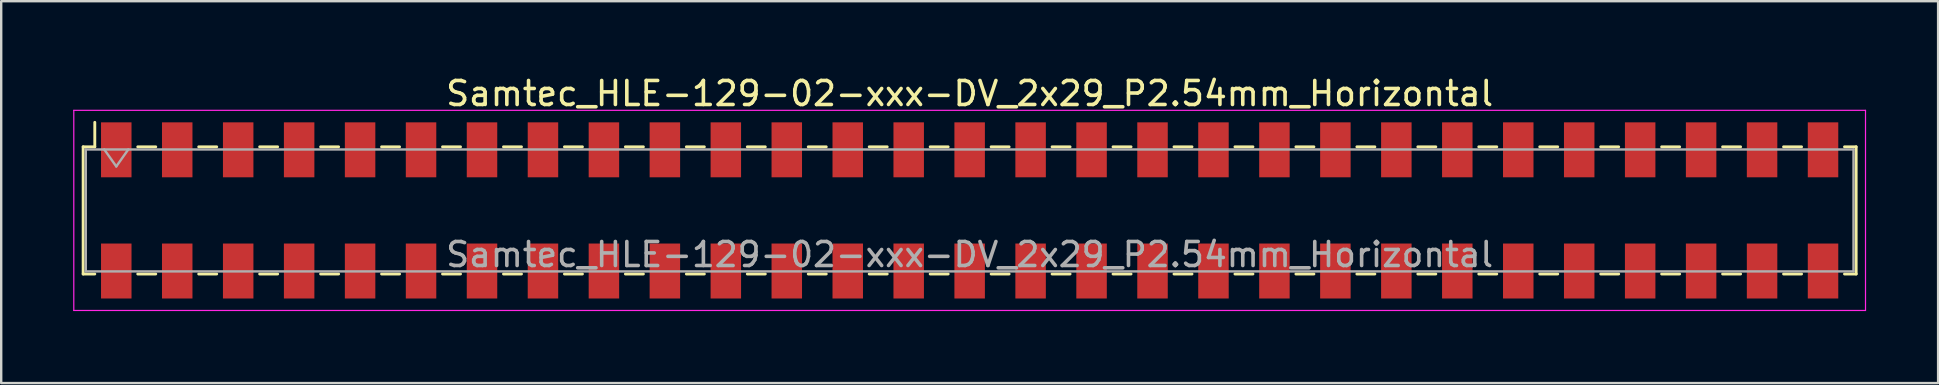
<source format=kicad_pcb>
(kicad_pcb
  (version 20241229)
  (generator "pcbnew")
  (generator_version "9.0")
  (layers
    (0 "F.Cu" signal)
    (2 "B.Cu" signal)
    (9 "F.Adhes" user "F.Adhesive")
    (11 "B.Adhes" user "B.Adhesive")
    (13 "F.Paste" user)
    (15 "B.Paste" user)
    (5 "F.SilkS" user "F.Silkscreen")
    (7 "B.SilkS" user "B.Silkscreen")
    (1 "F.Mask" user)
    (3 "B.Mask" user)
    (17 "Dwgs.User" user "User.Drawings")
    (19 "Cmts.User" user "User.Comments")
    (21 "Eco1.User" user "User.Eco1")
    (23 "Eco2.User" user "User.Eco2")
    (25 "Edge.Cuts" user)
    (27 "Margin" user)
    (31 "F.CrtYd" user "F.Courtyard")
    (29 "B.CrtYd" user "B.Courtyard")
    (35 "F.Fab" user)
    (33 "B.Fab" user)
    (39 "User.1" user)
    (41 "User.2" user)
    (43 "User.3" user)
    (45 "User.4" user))
  (footprint "Samtec_HLE-129-02-xxx-DV_2x29_P2.54mm_Horizontal"
    (layer "F.Cu")
    (at 37.355 5.718)
    (property "Reference" "Samtec_HLE-129-02-xxx-DV_2x29_P2.54mm_Horizontal" (at 0 -4.87 0) (layer "F.SilkS") (effects (font (size 1 1) (thickness 0.15))))
    (attr smd)
    (fp_line (start -36.94 -2.65) (end -36.94 2.65) (stroke (width 0.12) (type solid)) (layer "F.SilkS"))
    (fp_line (start -36.94 2.65) (end -36.455 2.65) (stroke (width 0.12) (type solid)) (layer "F.SilkS"))
    (fp_line (start -36.455 -3.67) (end -36.455 -2.65) (stroke (width 0.12) (type solid)) (layer "F.SilkS"))
    (fp_line (start -36.455 -2.65) (end -36.94 -2.65) (stroke (width 0.12) (type solid)) (layer "F.SilkS"))
    (fp_line (start -34.665 -2.65) (end -33.915 -2.65) (stroke (width 0.12) (type solid)) (layer "F.SilkS"))
    (fp_line (start -34.665 2.65) (end -33.915 2.65) (stroke (width 0.12) (type solid)) (layer "F.SilkS"))
    (fp_line (start -32.125 -2.65) (end -31.375 -2.65) (stroke (width 0.12) (type solid)) (layer "F.SilkS"))
    (fp_line (start -32.125 2.65) (end -31.375 2.65) (stroke (width 0.12) (type solid)) (layer "F.SilkS"))
    (fp_line (start -29.585 -2.65) (end -28.835 -2.65) (stroke (width 0.12) (type solid)) (layer "F.SilkS"))
    (fp_line (start -29.585 2.65) (end -28.835 2.65) (stroke (width 0.12) (type solid)) (layer "F.SilkS"))
    (fp_line (start -27.045 -2.65) (end -26.295 -2.65) (stroke (width 0.12) (type solid)) (layer "F.SilkS"))
    (fp_line (start -27.045 2.65) (end -26.295 2.65) (stroke (width 0.12) (type solid)) (layer "F.SilkS"))
    (fp_line (start -24.505 -2.65) (end -23.755 -2.65) (stroke (width 0.12) (type solid)) (layer "F.SilkS"))
    (fp_line (start -24.505 2.65) (end -23.755 2.65) (stroke (width 0.12) (type solid)) (layer "F.SilkS"))
    (fp_line (start -21.965 -2.65) (end -21.215 -2.65) (stroke (width 0.12) (type solid)) (layer "F.SilkS"))
    (fp_line (start -21.965 2.65) (end -21.215 2.65) (stroke (width 0.12) (type solid)) (layer "F.SilkS"))
    (fp_line (start -19.425 -2.65) (end -18.675 -2.65) (stroke (width 0.12) (type solid)) (layer "F.SilkS"))
    (fp_line (start -19.425 2.65) (end -18.675 2.65) (stroke (width 0.12) (type solid)) (layer "F.SilkS"))
    (fp_line (start -16.885 -2.65) (end -16.135 -2.65) (stroke (width 0.12) (type solid)) (layer "F.SilkS"))
    (fp_line (start -16.885 2.65) (end -16.135 2.65) (stroke (width 0.12) (type solid)) (layer "F.SilkS"))
    (fp_line (start -14.345 -2.65) (end -13.595 -2.65) (stroke (width 0.12) (type solid)) (layer "F.SilkS"))
    (fp_line (start -14.345 2.65) (end -13.595 2.65) (stroke (width 0.12) (type solid)) (layer "F.SilkS"))
    (fp_line (start -11.805 -2.65) (end -11.055 -2.65) (stroke (width 0.12) (type solid)) (layer "F.SilkS"))
    (fp_line (start -11.805 2.65) (end -11.055 2.65) (stroke (width 0.12) (type solid)) (layer "F.SilkS"))
    (fp_line (start -9.265 -2.65) (end -8.515 -2.65) (stroke (width 0.12) (type solid)) (layer "F.SilkS"))
    (fp_line (start -9.265 2.65) (end -8.515 2.65) (stroke (width 0.12) (type solid)) (layer "F.SilkS"))
    (fp_line (start -6.725 -2.65) (end -5.975 -2.65) (stroke (width 0.12) (type solid)) (layer "F.SilkS"))
    (fp_line (start -6.725 2.65) (end -5.975 2.65) (stroke (width 0.12) (type solid)) (layer "F.SilkS"))
    (fp_line (start -4.185 -2.65) (end -3.435 -2.65) (stroke (width 0.12) (type solid)) (layer "F.SilkS"))
    (fp_line (start -4.185 2.65) (end -3.435 2.65) (stroke (width 0.12) (type solid)) (layer "F.SilkS"))
    (fp_line (start -1.645 -2.65) (end -0.895 -2.65) (stroke (width 0.12) (type solid)) (layer "F.SilkS"))
    (fp_line (start -1.645 2.65) (end -0.895 2.65) (stroke (width 0.12) (type solid)) (layer "F.SilkS"))
    (fp_line (start 0.895 -2.65) (end 1.645 -2.65) (stroke (width 0.12) (type solid)) (layer "F.SilkS"))
    (fp_line (start 0.895 2.65) (end 1.645 2.65) (stroke (width 0.12) (type solid)) (layer "F.SilkS"))
    (fp_line (start 3.435 -2.65) (end 4.185 -2.65) (stroke (width 0.12) (type solid)) (layer "F.SilkS"))
    (fp_line (start 3.435 2.65) (end 4.185 2.65) (stroke (width 0.12) (type solid)) (layer "F.SilkS"))
    (fp_line (start 5.975 -2.65) (end 6.725 -2.65) (stroke (width 0.12) (type solid)) (layer "F.SilkS"))
    (fp_line (start 5.975 2.65) (end 6.725 2.65) (stroke (width 0.12) (type solid)) (layer "F.SilkS"))
    (fp_line (start 8.515 -2.65) (end 9.265 -2.65) (stroke (width 0.12) (type solid)) (layer "F.SilkS"))
    (fp_line (start 8.515 2.65) (end 9.265 2.65) (stroke (width 0.12) (type solid)) (layer "F.SilkS"))
    (fp_line (start 11.055 -2.65) (end 11.805 -2.65) (stroke (width 0.12) (type solid)) (layer "F.SilkS"))
    (fp_line (start 11.055 2.65) (end 11.805 2.65) (stroke (width 0.12) (type solid)) (layer "F.SilkS"))
    (fp_line (start 13.595 -2.65) (end 14.345 -2.65) (stroke (width 0.12) (type solid)) (layer "F.SilkS"))
    (fp_line (start 13.595 2.65) (end 14.345 2.65) (stroke (width 0.12) (type solid)) (layer "F.SilkS"))
    (fp_line (start 16.135 -2.65) (end 16.885 -2.65) (stroke (width 0.12) (type solid)) (layer "F.SilkS"))
    (fp_line (start 16.135 2.65) (end 16.885 2.65) (stroke (width 0.12) (type solid)) (layer "F.SilkS"))
    (fp_line (start 18.675 -2.65) (end 19.425 -2.65) (stroke (width 0.12) (type solid)) (layer "F.SilkS"))
    (fp_line (start 18.675 2.65) (end 19.425 2.65) (stroke (width 0.12) (type solid)) (layer "F.SilkS"))
    (fp_line (start 21.215 -2.65) (end 21.965 -2.65) (stroke (width 0.12) (type solid)) (layer "F.SilkS"))
    (fp_line (start 21.215 2.65) (end 21.965 2.65) (stroke (width 0.12) (type solid)) (layer "F.SilkS"))
    (fp_line (start 23.755 -2.65) (end 24.505 -2.65) (stroke (width 0.12) (type solid)) (layer "F.SilkS"))
    (fp_line (start 23.755 2.65) (end 24.505 2.65) (stroke (width 0.12) (type solid)) (layer "F.SilkS"))
    (fp_line (start 26.295 -2.65) (end 27.045 -2.65) (stroke (width 0.12) (type solid)) (layer "F.SilkS"))
    (fp_line (start 26.295 2.65) (end 27.045 2.65) (stroke (width 0.12) (type solid)) (layer "F.SilkS"))
    (fp_line (start 28.835 -2.65) (end 29.585 -2.65) (stroke (width 0.12) (type solid)) (layer "F.SilkS"))
    (fp_line (start 28.835 2.65) (end 29.585 2.65) (stroke (width 0.12) (type solid)) (layer "F.SilkS"))
    (fp_line (start 31.375 -2.65) (end 32.125 -2.65) (stroke (width 0.12) (type solid)) (layer "F.SilkS"))
    (fp_line (start 31.375 2.65) (end 32.125 2.65) (stroke (width 0.12) (type solid)) (layer "F.SilkS"))
    (fp_line (start 33.915 -2.65) (end 34.665 -2.65) (stroke (width 0.12) (type solid)) (layer "F.SilkS"))
    (fp_line (start 33.915 2.65) (end 34.665 2.65) (stroke (width 0.12) (type solid)) (layer "F.SilkS"))
    (fp_line (start 36.455 -2.65) (end 36.94 -2.65) (stroke (width 0.12) (type solid)) (layer "F.SilkS"))
    (fp_line (start 36.94 -2.65) (end 36.94 2.65) (stroke (width 0.12) (type solid)) (layer "F.SilkS"))
    (fp_line (start 36.94 2.65) (end 36.455 2.65) (stroke (width 0.12) (type solid)) (layer "F.SilkS"))
    (fp_line (start -37.33 -4.17) (end 37.33 -4.17) (stroke (width 0.05) (type solid)) (layer "F.CrtYd"))
    (fp_line (start -37.33 4.17) (end -37.33 -4.17) (stroke (width 0.05) (type solid)) (layer "F.CrtYd"))
    (fp_line (start 37.33 -4.17) (end 37.33 4.17) (stroke (width 0.05) (type solid)) (layer "F.CrtYd"))
    (fp_line (start 37.33 4.17) (end -37.33 4.17) (stroke (width 0.05) (type solid)) (layer "F.CrtYd"))
    (fp_line (start -36.83 -2.54) (end 36.83 -2.54) (stroke (width 0.1) (type solid)) (layer "F.Fab"))
    (fp_line (start -36.83 2.54) (end -36.83 -2.54) (stroke (width 0.1) (type solid)) (layer "F.Fab"))
    (fp_line (start -36.06 -2.54) (end -35.56 -1.833) (stroke (width 0.1) (type solid)) (layer "F.Fab"))
    (fp_line (start -35.56 -1.833) (end -35.06 -2.54) (stroke (width 0.1) (type solid)) (layer "F.Fab"))
    (fp_line (start 36.83 -2.54) (end 36.83 2.54) (stroke (width 0.1) (type solid)) (layer "F.Fab"))
    (fp_line (start 36.83 2.54) (end -36.83 2.54) (stroke (width 0.1) (type solid)) (layer "F.Fab"))
    (fp_text user "${REFERENCE}" (at 0 1.84 0) (layer "F.Fab") (effects (font (size 1 1) (thickness 0.15))))
    (pad "1" smd rect (at -35.56 -2.525) (size 1.27 2.29) (layers "F.Cu" "F.Mask" "F.Paste"))
    (pad "2" smd rect (at -35.56 2.525) (size 1.27 2.29) (layers "F.Cu" "F.Mask" "F.Paste"))
    (pad "3" smd rect (at -33.02 -2.525) (size 1.27 2.29) (layers "F.Cu" "F.Mask" "F.Paste"))
    (pad "4" smd rect (at -33.02 2.525) (size 1.27 2.29) (layers "F.Cu" "F.Mask" "F.Paste"))
    (pad "5" smd rect (at -30.48 -2.525) (size 1.27 2.29) (layers "F.Cu" "F.Mask" "F.Paste"))
    (pad "6" smd rect (at -30.48 2.525) (size 1.27 2.29) (layers "F.Cu" "F.Mask" "F.Paste"))
    (pad "7" smd rect (at -27.94 -2.525) (size 1.27 2.29) (layers "F.Cu" "F.Mask" "F.Paste"))
    (pad "8" smd rect (at -27.94 2.525) (size 1.27 2.29) (layers "F.Cu" "F.Mask" "F.Paste"))
    (pad "9" smd rect (at -25.4 -2.525) (size 1.27 2.29) (layers "F.Cu" "F.Mask" "F.Paste"))
    (pad "10" smd rect (at -25.4 2.525) (size 1.27 2.29) (layers "F.Cu" "F.Mask" "F.Paste"))
    (pad "11" smd rect (at -22.86 -2.525) (size 1.27 2.29) (layers "F.Cu" "F.Mask" "F.Paste"))
    (pad "12" smd rect (at -22.86 2.525) (size 1.27 2.29) (layers "F.Cu" "F.Mask" "F.Paste"))
    (pad "13" smd rect (at -20.32 -2.525) (size 1.27 2.29) (layers "F.Cu" "F.Mask" "F.Paste"))
    (pad "14" smd rect (at -20.32 2.525) (size 1.27 2.29) (layers "F.Cu" "F.Mask" "F.Paste"))
    (pad "15" smd rect (at -17.78 -2.525) (size 1.27 2.29) (layers "F.Cu" "F.Mask" "F.Paste"))
    (pad "16" smd rect (at -17.78 2.525) (size 1.27 2.29) (layers "F.Cu" "F.Mask" "F.Paste"))
    (pad "17" smd rect (at -15.24 -2.525) (size 1.27 2.29) (layers "F.Cu" "F.Mask" "F.Paste"))
    (pad "18" smd rect (at -15.24 2.525) (size 1.27 2.29) (layers "F.Cu" "F.Mask" "F.Paste"))
    (pad "19" smd rect (at -12.7 -2.525) (size 1.27 2.29) (layers "F.Cu" "F.Mask" "F.Paste"))
    (pad "20" smd rect (at -12.7 2.525) (size 1.27 2.29) (layers "F.Cu" "F.Mask" "F.Paste"))
    (pad "21" smd rect (at -10.16 -2.525) (size 1.27 2.29) (layers "F.Cu" "F.Mask" "F.Paste"))
    (pad "22" smd rect (at -10.16 2.525) (size 1.27 2.29) (layers "F.Cu" "F.Mask" "F.Paste"))
    (pad "23" smd rect (at -7.62 -2.525) (size 1.27 2.29) (layers "F.Cu" "F.Mask" "F.Paste"))
    (pad "24" smd rect (at -7.62 2.525) (size 1.27 2.29) (layers "F.Cu" "F.Mask" "F.Paste"))
    (pad "25" smd rect (at -5.08 -2.525) (size 1.27 2.29) (layers "F.Cu" "F.Mask" "F.Paste"))
    (pad "26" smd rect (at -5.08 2.525) (size 1.27 2.29) (layers "F.Cu" "F.Mask" "F.Paste"))
    (pad "27" smd rect (at -2.54 -2.525) (size 1.27 2.29) (layers "F.Cu" "F.Mask" "F.Paste"))
    (pad "28" smd rect (at -2.54 2.525) (size 1.27 2.29) (layers "F.Cu" "F.Mask" "F.Paste"))
    (pad "29" smd rect (at 0 -2.525) (size 1.27 2.29) (layers "F.Cu" "F.Mask" "F.Paste"))
    (pad "30" smd rect (at 0 2.525) (size 1.27 2.29) (layers "F.Cu" "F.Mask" "F.Paste"))
    (pad "31" smd rect (at 2.54 -2.525) (size 1.27 2.29) (layers "F.Cu" "F.Mask" "F.Paste"))
    (pad "32" smd rect (at 2.54 2.525) (size 1.27 2.29) (layers "F.Cu" "F.Mask" "F.Paste"))
    (pad "33" smd rect (at 5.08 -2.525) (size 1.27 2.29) (layers "F.Cu" "F.Mask" "F.Paste"))
    (pad "34" smd rect (at 5.08 2.525) (size 1.27 2.29) (layers "F.Cu" "F.Mask" "F.Paste"))
    (pad "35" smd rect (at 7.62 -2.525) (size 1.27 2.29) (layers "F.Cu" "F.Mask" "F.Paste"))
    (pad "36" smd rect (at 7.62 2.525) (size 1.27 2.29) (layers "F.Cu" "F.Mask" "F.Paste"))
    (pad "37" smd rect (at 10.16 -2.525) (size 1.27 2.29) (layers "F.Cu" "F.Mask" "F.Paste"))
    (pad "38" smd rect (at 10.16 2.525) (size 1.27 2.29) (layers "F.Cu" "F.Mask" "F.Paste"))
    (pad "39" smd rect (at 12.7 -2.525) (size 1.27 2.29) (layers "F.Cu" "F.Mask" "F.Paste"))
    (pad "40" smd rect (at 12.7 2.525) (size 1.27 2.29) (layers "F.Cu" "F.Mask" "F.Paste"))
    (pad "41" smd rect (at 15.24 -2.525) (size 1.27 2.29) (layers "F.Cu" "F.Mask" "F.Paste"))
    (pad "42" smd rect (at 15.24 2.525) (size 1.27 2.29) (layers "F.Cu" "F.Mask" "F.Paste"))
    (pad "43" smd rect (at 17.78 -2.525) (size 1.27 2.29) (layers "F.Cu" "F.Mask" "F.Paste"))
    (pad "44" smd rect (at 17.78 2.525) (size 1.27 2.29) (layers "F.Cu" "F.Mask" "F.Paste"))
    (pad "45" smd rect (at 20.32 -2.525) (size 1.27 2.29) (layers "F.Cu" "F.Mask" "F.Paste"))
    (pad "46" smd rect (at 20.32 2.525) (size 1.27 2.29) (layers "F.Cu" "F.Mask" "F.Paste"))
    (pad "47" smd rect (at 22.86 -2.525) (size 1.27 2.29) (layers "F.Cu" "F.Mask" "F.Paste"))
    (pad "48" smd rect (at 22.86 2.525) (size 1.27 2.29) (layers "F.Cu" "F.Mask" "F.Paste"))
    (pad "49" smd rect (at 25.4 -2.525) (size 1.27 2.29) (layers "F.Cu" "F.Mask" "F.Paste"))
    (pad "50" smd rect (at 25.4 2.525) (size 1.27 2.29) (layers "F.Cu" "F.Mask" "F.Paste"))
    (pad "51" smd rect (at 27.94 -2.525) (size 1.27 2.29) (layers "F.Cu" "F.Mask" "F.Paste"))
    (pad "52" smd rect (at 27.94 2.525) (size 1.27 2.29) (layers "F.Cu" "F.Mask" "F.Paste"))
    (pad "53" smd rect (at 30.48 -2.525) (size 1.27 2.29) (layers "F.Cu" "F.Mask" "F.Paste"))
    (pad "54" smd rect (at 30.48 2.525) (size 1.27 2.29) (layers "F.Cu" "F.Mask" "F.Paste"))
    (pad "55" smd rect (at 33.02 -2.525) (size 1.27 2.29) (layers "F.Cu" "F.Mask" "F.Paste"))
    (pad "56" smd rect (at 33.02 2.525) (size 1.27 2.29) (layers "F.Cu" "F.Mask" "F.Paste"))
    (pad "57" smd rect (at 35.56 -2.525) (size 1.27 2.29) (layers "F.Cu" "F.Mask" "F.Paste"))
    (pad "58" smd rect (at 35.56 2.525) (size 1.27 2.29) (layers "F.Cu" "F.Mask" "F.Paste")))
  (gr_rect
    (start -3 -3)
    (end 77.71 12.913)
    (stroke (width 0.1) (type default))
    (fill no)
    (layer "Edge.Cuts")))
</source>
